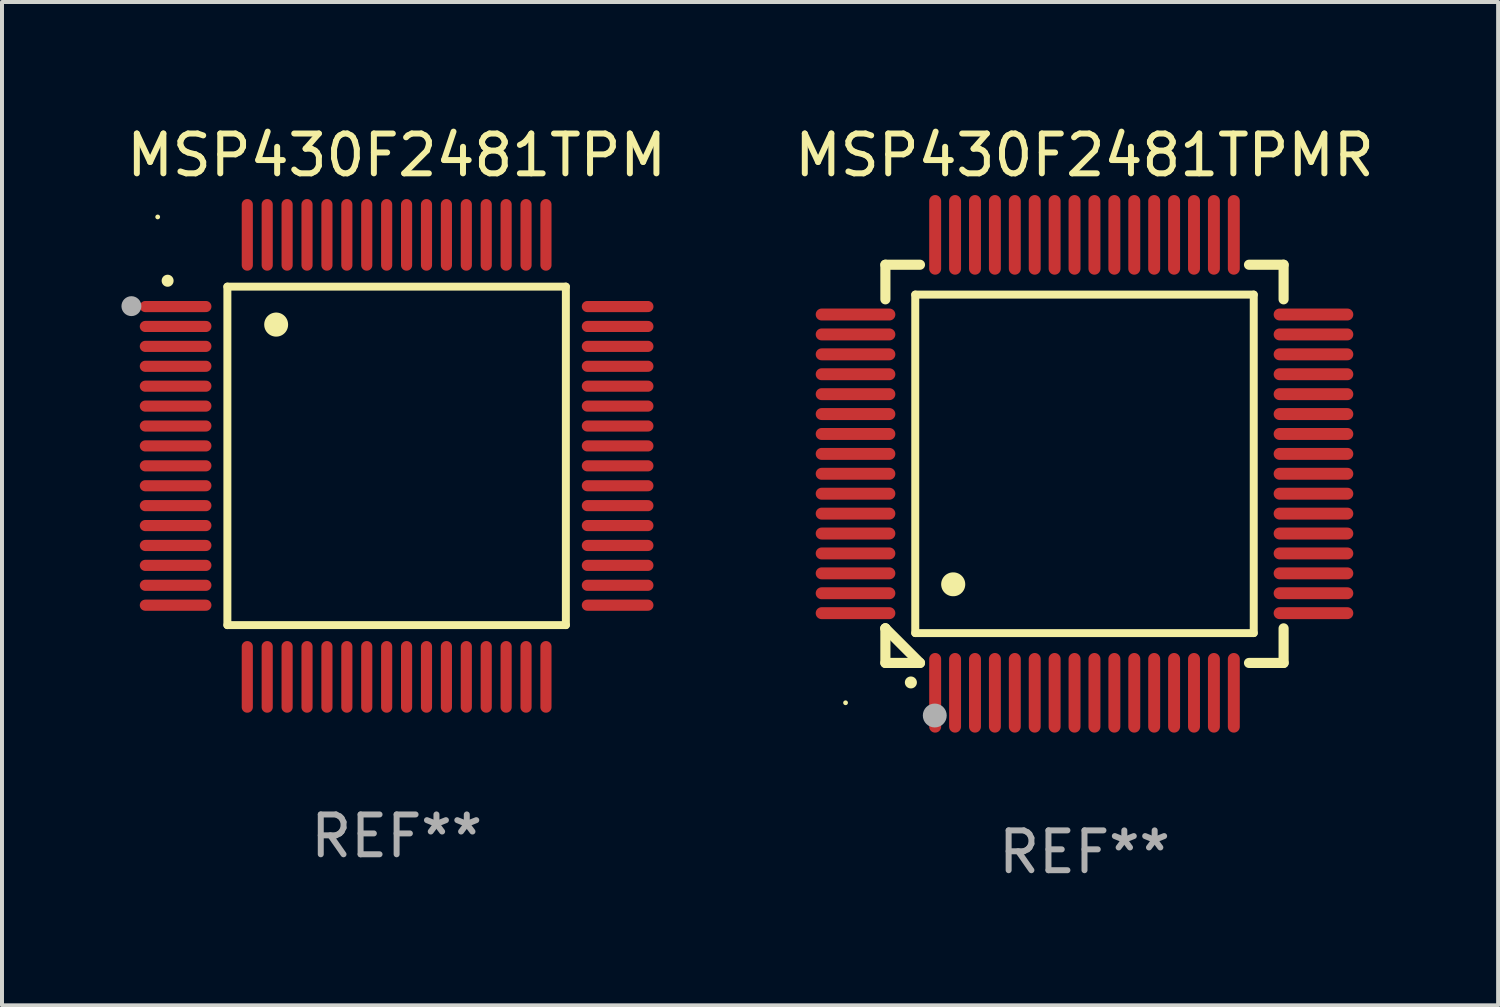
<source format=kicad_pcb>
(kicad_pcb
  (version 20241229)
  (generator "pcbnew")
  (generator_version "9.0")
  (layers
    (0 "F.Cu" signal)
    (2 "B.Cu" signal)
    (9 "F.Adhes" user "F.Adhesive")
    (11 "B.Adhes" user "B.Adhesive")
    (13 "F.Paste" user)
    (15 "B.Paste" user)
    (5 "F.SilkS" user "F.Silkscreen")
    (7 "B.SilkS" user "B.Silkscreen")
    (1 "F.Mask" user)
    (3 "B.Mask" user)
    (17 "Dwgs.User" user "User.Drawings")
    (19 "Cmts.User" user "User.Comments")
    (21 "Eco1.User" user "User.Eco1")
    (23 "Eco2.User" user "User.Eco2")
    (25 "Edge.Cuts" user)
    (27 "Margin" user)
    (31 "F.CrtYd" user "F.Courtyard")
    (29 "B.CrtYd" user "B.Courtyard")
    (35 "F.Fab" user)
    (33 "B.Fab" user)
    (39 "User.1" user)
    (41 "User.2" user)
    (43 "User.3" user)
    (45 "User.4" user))
  (footprint "MSP430F2481TPMR"
    (layer "F.Cu")
    (at 24.184 8.598)
    (property "Reference" "MSP430F2481TPMR" (at 0 -7.75 0) (layer "F.SilkS") (effects (font (size 1 1) (thickness 0.15))))
    (attr through_hole)
    (fp_line (start -5 -5) (end -4.131 -5) (stroke (width 0.254) (type solid)) (layer "F.SilkS"))
    (fp_line (start -5 -4.131) (end -5 -5) (stroke (width 0.254) (type solid)) (layer "F.SilkS"))
    (fp_line (start -5 4.131) (end -5 4.131) (stroke (width 0.254) (type solid)) (layer "F.SilkS"))
    (fp_line (start -5 5) (end -5 4.131) (stroke (width 0.254) (type solid)) (layer "F.SilkS"))
    (fp_line (start -5 4.131) (end -4.131 5) (stroke (width 0.254) (type solid)) (layer "F.SilkS"))
    (fp_line (start -4.25 -4.25) (end -4.25 4.25) (stroke (width 0.2) (type solid)) (layer "F.SilkS"))
    (fp_line (start -4.25 4.25) (end 4.25 4.25) (stroke (width 0.2) (type solid)) (layer "F.SilkS"))
    (fp_line (start -4.131 5) (end -5 5) (stroke (width 0.254) (type solid)) (layer "F.SilkS"))
    (fp_line (start 4.25 -4.25) (end -4.25 -4.25) (stroke (width 0.2) (type solid)) (layer "F.SilkS"))
    (fp_line (start 4.25 4.25) (end 4.25 -4.25) (stroke (width 0.2) (type solid)) (layer "F.SilkS"))
    (fp_line (start 5 -5) (end 4.131 -5) (stroke (width 0.254) (type solid)) (layer "F.SilkS"))
    (fp_line (start 5 -5) (end 5 -4.131) (stroke (width 0.254) (type solid)) (layer "F.SilkS"))
    (fp_line (start 5 4.131) (end 5 5) (stroke (width 0.254) (type solid)) (layer "F.SilkS"))
    (fp_line (start 5 5) (end 4.131 5) (stroke (width 0.254) (type solid)) (layer "F.SilkS"))
    (fp_arc (start -4.361265 5.489992) (mid -4.359995 5.489987) (end -4.358725 5.489992) (stroke (width 0.3) (type solid)) (layer "F.SilkS"))
    (fp_arc (start -3.299467 3.025146) (mid -3.296927 3.025135) (end -3.294387 3.025146) (stroke (width 0.6) (type solid)) (layer "F.SilkS"))
    (fp_circle (center -6 6) (end -5.97 6) (stroke (width 0.06) (type solid)) (fill no) (layer "F.SilkS"))
    (fp_circle (center -3.76 6.32) (end -3.61 6.32) (stroke (width 0.3) (type solid)) (fill no) (layer "F.Fab"))
    (fp_text user "REF**" (at 0 9.75 0) (layer "F.Fab") (effects (font (size 1 1) (thickness 0.15))))
    (pad "1" smd oval (at -3.75 5.75) (size 0.3 2) (layers "F.Cu" "F.Mask" "F.Paste"))
    (pad "2" smd oval (at -3.25 5.75) (size 0.3 2) (layers "F.Cu" "F.Mask" "F.Paste"))
    (pad "3" smd oval (at -2.75 5.75) (size 0.3 2) (layers "F.Cu" "F.Mask" "F.Paste"))
    (pad "4" smd oval (at -2.25 5.75) (size 0.3 2) (layers "F.Cu" "F.Mask" "F.Paste"))
    (pad "5" smd oval (at -1.75 5.75) (size 0.3 2) (layers "F.Cu" "F.Mask" "F.Paste"))
    (pad "6" smd oval (at -1.25 5.75) (size 0.3 2) (layers "F.Cu" "F.Mask" "F.Paste"))
    (pad "7" smd oval (at -0.75 5.75) (size 0.3 2) (layers "F.Cu" "F.Mask" "F.Paste"))
    (pad "8" smd oval (at -0.25 5.75) (size 0.3 2) (layers "F.Cu" "F.Mask" "F.Paste"))
    (pad "9" smd oval (at 0.25 5.75) (size 0.3 2) (layers "F.Cu" "F.Mask" "F.Paste"))
    (pad "10" smd oval (at 0.75 5.75) (size 0.3 2) (layers "F.Cu" "F.Mask" "F.Paste"))
    (pad "11" smd oval (at 1.25 5.75) (size 0.3 2) (layers "F.Cu" "F.Mask" "F.Paste"))
    (pad "12" smd oval (at 1.75 5.75) (size 0.3 2) (layers "F.Cu" "F.Mask" "F.Paste"))
    (pad "13" smd oval (at 2.25 5.75) (size 0.3 2) (layers "F.Cu" "F.Mask" "F.Paste"))
    (pad "14" smd oval (at 2.75 5.75) (size 0.3 2) (layers "F.Cu" "F.Mask" "F.Paste"))
    (pad "15" smd oval (at 3.25 5.75) (size 0.3 2) (layers "F.Cu" "F.Mask" "F.Paste"))
    (pad "16" smd oval (at 3.75 5.75) (size 0.3 2) (layers "F.Cu" "F.Mask" "F.Paste"))
    (pad "17" smd oval (at 5.75 3.75) (size 2 0.3) (layers "F.Cu" "F.Mask" "F.Paste"))
    (pad "18" smd oval (at 5.75 3.25) (size 2 0.3) (layers "F.Cu" "F.Mask" "F.Paste"))
    (pad "19" smd oval (at 5.75 2.75) (size 2 0.3) (layers "F.Cu" "F.Mask" "F.Paste"))
    (pad "20" smd oval (at 5.75 2.25) (size 2 0.3) (layers "F.Cu" "F.Mask" "F.Paste"))
    (pad "21" smd oval (at 5.75 1.75) (size 2 0.3) (layers "F.Cu" "F.Mask" "F.Paste"))
    (pad "22" smd oval (at 5.75 1.25) (size 2 0.3) (layers "F.Cu" "F.Mask" "F.Paste"))
    (pad "23" smd oval (at 5.75 0.75) (size 2 0.3) (layers "F.Cu" "F.Mask" "F.Paste"))
    (pad "24" smd oval (at 5.75 0.25) (size 2 0.3) (layers "F.Cu" "F.Mask" "F.Paste"))
    (pad "25" smd oval (at 5.75 -0.25) (size 2 0.3) (layers "F.Cu" "F.Mask" "F.Paste"))
    (pad "26" smd oval (at 5.75 -0.75) (size 2 0.3) (layers "F.Cu" "F.Mask" "F.Paste"))
    (pad "27" smd oval (at 5.75 -1.25) (size 2 0.3) (layers "F.Cu" "F.Mask" "F.Paste"))
    (pad "28" smd oval (at 5.75 -1.75) (size 2 0.3) (layers "F.Cu" "F.Mask" "F.Paste"))
    (pad "29" smd oval (at 5.75 -2.25) (size 2 0.3) (layers "F.Cu" "F.Mask" "F.Paste"))
    (pad "30" smd oval (at 5.75 -2.75) (size 2 0.3) (layers "F.Cu" "F.Mask" "F.Paste"))
    (pad "31" smd oval (at 5.75 -3.25) (size 2 0.3) (layers "F.Cu" "F.Mask" "F.Paste"))
    (pad "32" smd oval (at 5.75 -3.75) (size 2 0.3) (layers "F.Cu" "F.Mask" "F.Paste"))
    (pad "33" smd oval (at 3.75 -5.75) (size 0.3 2) (layers "F.Cu" "F.Mask" "F.Paste"))
    (pad "34" smd oval (at 3.25 -5.75) (size 0.3 2) (layers "F.Cu" "F.Mask" "F.Paste"))
    (pad "35" smd oval (at 2.75 -5.75) (size 0.3 2) (layers "F.Cu" "F.Mask" "F.Paste"))
    (pad "36" smd oval (at 2.25 -5.75) (size 0.3 2) (layers "F.Cu" "F.Mask" "F.Paste"))
    (pad "37" smd oval (at 1.75 -5.75) (size 0.3 2) (layers "F.Cu" "F.Mask" "F.Paste"))
    (pad "38" smd oval (at 1.25 -5.75) (size 0.3 2) (layers "F.Cu" "F.Mask" "F.Paste"))
    (pad "39" smd oval (at 0.75 -5.75) (size 0.3 2) (layers "F.Cu" "F.Mask" "F.Paste"))
    (pad "40" smd oval (at 0.25 -5.75) (size 0.3 2) (layers "F.Cu" "F.Mask" "F.Paste"))
    (pad "41" smd oval (at -0.25 -5.75) (size 0.3 2) (layers "F.Cu" "F.Mask" "F.Paste"))
    (pad "42" smd oval (at -0.75 -5.75) (size 0.3 2) (layers "F.Cu" "F.Mask" "F.Paste"))
    (pad "43" smd oval (at -1.25 -5.75) (size 0.3 2) (layers "F.Cu" "F.Mask" "F.Paste"))
    (pad "44" smd oval (at -1.75 -5.75) (size 0.3 2) (layers "F.Cu" "F.Mask" "F.Paste"))
    (pad "45" smd oval (at -2.25 -5.75) (size 0.3 2) (layers "F.Cu" "F.Mask" "F.Paste"))
    (pad "46" smd oval (at -2.75 -5.75) (size 0.3 2) (layers "F.Cu" "F.Mask" "F.Paste"))
    (pad "47" smd oval (at -3.25 -5.75) (size 0.3 2) (layers "F.Cu" "F.Mask" "F.Paste"))
    (pad "48" smd oval (at -3.75 -5.75) (size 0.3 2) (layers "F.Cu" "F.Mask" "F.Paste"))
    (pad "49" smd oval (at -5.75 -3.75) (size 2 0.3) (layers "F.Cu" "F.Mask" "F.Paste"))
    (pad "50" smd oval (at -5.75 -3.25) (size 2 0.3) (layers "F.Cu" "F.Mask" "F.Paste"))
    (pad "51" smd oval (at -5.75 -2.75) (size 2 0.3) (layers "F.Cu" "F.Mask" "F.Paste"))
    (pad "52" smd oval (at -5.75 -2.25) (size 2 0.3) (layers "F.Cu" "F.Mask" "F.Paste"))
    (pad "53" smd oval (at -5.75 -1.75) (size 2 0.3) (layers "F.Cu" "F.Mask" "F.Paste"))
    (pad "54" smd oval (at -5.75 -1.25) (size 2 0.3) (layers "F.Cu" "F.Mask" "F.Paste"))
    (pad "55" smd oval (at -5.75 -0.75) (size 2 0.3) (layers "F.Cu" "F.Mask" "F.Paste"))
    (pad "56" smd oval (at -5.75 -0.25) (size 2 0.3) (layers "F.Cu" "F.Mask" "F.Paste"))
    (pad "57" smd oval (at -5.75 0.25) (size 2 0.3) (layers "F.Cu" "F.Mask" "F.Paste"))
    (pad "58" smd oval (at -5.75 0.75) (size 2 0.3) (layers "F.Cu" "F.Mask" "F.Paste"))
    (pad "59" smd oval (at -5.75 1.25) (size 2 0.3) (layers "F.Cu" "F.Mask" "F.Paste"))
    (pad "60" smd oval (at -5.75 1.75) (size 2 0.3) (layers "F.Cu" "F.Mask" "F.Paste"))
    (pad "61" smd oval (at -5.75 2.25) (size 2 0.3) (layers "F.Cu" "F.Mask" "F.Paste"))
    (pad "62" smd oval (at -5.75 2.75) (size 2 0.3) (layers "F.Cu" "F.Mask" "F.Paste"))
    (pad "63" smd oval (at -5.75 3.25) (size 2 0.3) (layers "F.Cu" "F.Mask" "F.Paste"))
    (pad "64" smd oval (at -5.75 3.75) (size 2 0.3) (layers "F.Cu" "F.Mask" "F.Paste")))
  (footprint "MSP430F2481TPM"
    (layer "F.Cu")
    (at 6.91 8.398)
    (property "Reference" "MSP430F2481TPM" (at 0 -7.55 0) (layer "F.SilkS") (effects (font (size 1 1) (thickness 0.15))))
    (attr through_hole)
    (fp_line (start -4.25 -4.25) (end -4.25 4.25) (stroke (width 0.2) (type solid)) (layer "F.SilkS"))
    (fp_line (start -4.25 4.25) (end 4.25 4.25) (stroke (width 0.2) (type solid)) (layer "F.SilkS"))
    (fp_line (start 4.25 -4.25) (end -4.25 -4.25) (stroke (width 0.2) (type solid)) (layer "F.SilkS"))
    (fp_line (start 4.25 4.25) (end 4.25 -4.25) (stroke (width 0.2) (type solid)) (layer "F.SilkS"))
    (fp_arc (start -5.750572 -4.396749) (mid -5.750577 -4.398019) (end -5.750572 -4.399289) (stroke (width 0.3) (type solid)) (layer "F.SilkS"))
    (fp_arc (start -3.025146 -3.294387) (mid -3.025157 -3.296927) (end -3.025146 -3.299467) (stroke (width 0.6) (type solid)) (layer "F.SilkS"))
    (fp_circle (center -6 -6) (end -5.97 -6) (stroke (width 0.06) (type solid)) (fill no) (layer "F.SilkS"))
    (fp_circle (center -6.66 -3.76) (end -6.535 -3.76) (stroke (width 0.25) (type solid)) (fill no) (layer "F.Fab"))
    (fp_text user "REF**" (at 0 9.55 0) (layer "F.Fab") (effects (font (size 1 1) (thickness 0.15))))
    (pad "1" smd oval (at -5.55 -3.75) (size 1.8 0.28) (layers "F.Cu" "F.Mask" "F.Paste"))
    (pad "2" smd oval (at -5.55 -3.25) (size 1.8 0.28) (layers "F.Cu" "F.Mask" "F.Paste"))
    (pad "3" smd oval (at -5.55 -2.75) (size 1.8 0.28) (layers "F.Cu" "F.Mask" "F.Paste"))
    (pad "4" smd oval (at -5.55 -2.25) (size 1.8 0.28) (layers "F.Cu" "F.Mask" "F.Paste"))
    (pad "5" smd oval (at -5.55 -1.75) (size 1.8 0.28) (layers "F.Cu" "F.Mask" "F.Paste"))
    (pad "6" smd oval (at -5.55 -1.25) (size 1.8 0.28) (layers "F.Cu" "F.Mask" "F.Paste"))
    (pad "7" smd oval (at -5.55 -0.75) (size 1.8 0.28) (layers "F.Cu" "F.Mask" "F.Paste"))
    (pad "8" smd oval (at -5.55 -0.25) (size 1.8 0.28) (layers "F.Cu" "F.Mask" "F.Paste"))
    (pad "9" smd oval (at -5.55 0.25) (size 1.8 0.28) (layers "F.Cu" "F.Mask" "F.Paste"))
    (pad "10" smd oval (at -5.55 0.75) (size 1.8 0.28) (layers "F.Cu" "F.Mask" "F.Paste"))
    (pad "11" smd oval (at -5.55 1.25) (size 1.8 0.28) (layers "F.Cu" "F.Mask" "F.Paste"))
    (pad "12" smd oval (at -5.55 1.75) (size 1.8 0.28) (layers "F.Cu" "F.Mask" "F.Paste"))
    (pad "13" smd oval (at -5.55 2.25) (size 1.8 0.28) (layers "F.Cu" "F.Mask" "F.Paste"))
    (pad "14" smd oval (at -5.55 2.75) (size 1.8 0.28) (layers "F.Cu" "F.Mask" "F.Paste"))
    (pad "15" smd oval (at -5.55 3.25) (size 1.8 0.28) (layers "F.Cu" "F.Mask" "F.Paste"))
    (pad "16" smd oval (at -5.55 3.75) (size 1.8 0.28) (layers "F.Cu" "F.Mask" "F.Paste"))
    (pad "17" smd oval (at -3.75 5.55) (size 0.28 1.8) (layers "F.Cu" "F.Mask" "F.Paste"))
    (pad "18" smd oval (at -3.25 5.55) (size 0.28 1.8) (layers "F.Cu" "F.Mask" "F.Paste"))
    (pad "19" smd oval (at -2.75 5.55) (size 0.28 1.8) (layers "F.Cu" "F.Mask" "F.Paste"))
    (pad "20" smd oval (at -2.25 5.55) (size 0.28 1.8) (layers "F.Cu" "F.Mask" "F.Paste"))
    (pad "21" smd oval (at -1.75 5.55) (size 0.28 1.8) (layers "F.Cu" "F.Mask" "F.Paste"))
    (pad "22" smd oval (at -1.25 5.55) (size 0.28 1.8) (layers "F.Cu" "F.Mask" "F.Paste"))
    (pad "23" smd oval (at -0.75 5.55) (size 0.28 1.8) (layers "F.Cu" "F.Mask" "F.Paste"))
    (pad "24" smd oval (at -0.25 5.55) (size 0.28 1.8) (layers "F.Cu" "F.Mask" "F.Paste"))
    (pad "25" smd oval (at 0.25 5.55) (size 0.28 1.8) (layers "F.Cu" "F.Mask" "F.Paste"))
    (pad "26" smd oval (at 0.75 5.55) (size 0.28 1.8) (layers "F.Cu" "F.Mask" "F.Paste"))
    (pad "27" smd oval (at 1.25 5.55) (size 0.28 1.8) (layers "F.Cu" "F.Mask" "F.Paste"))
    (pad "28" smd oval (at 1.75 5.55) (size 0.28 1.8) (layers "F.Cu" "F.Mask" "F.Paste"))
    (pad "29" smd oval (at 2.25 5.55) (size 0.28 1.8) (layers "F.Cu" "F.Mask" "F.Paste"))
    (pad "30" smd oval (at 2.75 5.55) (size 0.28 1.8) (layers "F.Cu" "F.Mask" "F.Paste"))
    (pad "31" smd oval (at 3.25 5.55) (size 0.28 1.8) (layers "F.Cu" "F.Mask" "F.Paste"))
    (pad "32" smd oval (at 3.75 5.55) (size 0.28 1.8) (layers "F.Cu" "F.Mask" "F.Paste"))
    (pad "33" smd oval (at 5.55 3.75) (size 1.8 0.28) (layers "F.Cu" "F.Mask" "F.Paste"))
    (pad "34" smd oval (at 5.55 3.25) (size 1.8 0.28) (layers "F.Cu" "F.Mask" "F.Paste"))
    (pad "35" smd oval (at 5.55 2.75) (size 1.8 0.28) (layers "F.Cu" "F.Mask" "F.Paste"))
    (pad "36" smd oval (at 5.55 2.25) (size 1.8 0.28) (layers "F.Cu" "F.Mask" "F.Paste"))
    (pad "37" smd oval (at 5.55 1.75) (size 1.8 0.28) (layers "F.Cu" "F.Mask" "F.Paste"))
    (pad "38" smd oval (at 5.55 1.25) (size 1.8 0.28) (layers "F.Cu" "F.Mask" "F.Paste"))
    (pad "39" smd oval (at 5.55 0.75) (size 1.8 0.28) (layers "F.Cu" "F.Mask" "F.Paste"))
    (pad "40" smd oval (at 5.55 0.25) (size 1.8 0.28) (layers "F.Cu" "F.Mask" "F.Paste"))
    (pad "41" smd oval (at 5.55 -0.25) (size 1.8 0.28) (layers "F.Cu" "F.Mask" "F.Paste"))
    (pad "42" smd oval (at 5.55 -0.75) (size 1.8 0.28) (layers "F.Cu" "F.Mask" "F.Paste"))
    (pad "43" smd oval (at 5.55 -1.25) (size 1.8 0.28) (layers "F.Cu" "F.Mask" "F.Paste"))
    (pad "44" smd oval (at 5.55 -1.75) (size 1.8 0.28) (layers "F.Cu" "F.Mask" "F.Paste"))
    (pad "45" smd oval (at 5.55 -2.25) (size 1.8 0.28) (layers "F.Cu" "F.Mask" "F.Paste"))
    (pad "46" smd oval (at 5.55 -2.75) (size 1.8 0.28) (layers "F.Cu" "F.Mask" "F.Paste"))
    (pad "47" smd oval (at 5.55 -3.25) (size 1.8 0.28) (layers "F.Cu" "F.Mask" "F.Paste"))
    (pad "48" smd oval (at 5.55 -3.75) (size 1.8 0.28) (layers "F.Cu" "F.Mask" "F.Paste"))
    (pad "49" smd oval (at 3.75 -5.55) (size 0.28 1.8) (layers "F.Cu" "F.Mask" "F.Paste"))
    (pad "50" smd oval (at 3.25 -5.55) (size 0.28 1.8) (layers "F.Cu" "F.Mask" "F.Paste"))
    (pad "51" smd oval (at 2.75 -5.55) (size 0.28 1.8) (layers "F.Cu" "F.Mask" "F.Paste"))
    (pad "52" smd oval (at 2.25 -5.55) (size 0.28 1.8) (layers "F.Cu" "F.Mask" "F.Paste"))
    (pad "53" smd oval (at 1.75 -5.55) (size 0.28 1.8) (layers "F.Cu" "F.Mask" "F.Paste"))
    (pad "54" smd oval (at 1.25 -5.55) (size 0.28 1.8) (layers "F.Cu" "F.Mask" "F.Paste"))
    (pad "55" smd oval (at 0.75 -5.55) (size 0.28 1.8) (layers "F.Cu" "F.Mask" "F.Paste"))
    (pad "56" smd oval (at 0.25 -5.55) (size 0.28 1.8) (layers "F.Cu" "F.Mask" "F.Paste"))
    (pad "57" smd oval (at -0.25 -5.55) (size 0.28 1.8) (layers "F.Cu" "F.Mask" "F.Paste"))
    (pad "58" smd oval (at -0.75 -5.55) (size 0.28 1.8) (layers "F.Cu" "F.Mask" "F.Paste"))
    (pad "59" smd oval (at -1.25 -5.55) (size 0.28 1.8) (layers "F.Cu" "F.Mask" "F.Paste"))
    (pad "60" smd oval (at -1.75 -5.55) (size 0.28 1.8) (layers "F.Cu" "F.Mask" "F.Paste"))
    (pad "61" smd oval (at -2.25 -5.55) (size 0.28 1.8) (layers "F.Cu" "F.Mask" "F.Paste"))
    (pad "62" smd oval (at -2.75 -5.55) (size 0.28 1.8) (layers "F.Cu" "F.Mask" "F.Paste"))
    (pad "63" smd oval (at -3.25 -5.55) (size 0.28 1.8) (layers "F.Cu" "F.Mask" "F.Paste"))
    (pad "64" smd oval (at -3.75 -5.55) (size 0.28 1.8) (layers "F.Cu" "F.Mask" "F.Paste")))
  (gr_rect
    (start -3 -3)
    (end 34.571 22.196)
    (stroke (width 0.1) (type default))
    (fill no)
    (layer "Edge.Cuts")))
</source>
